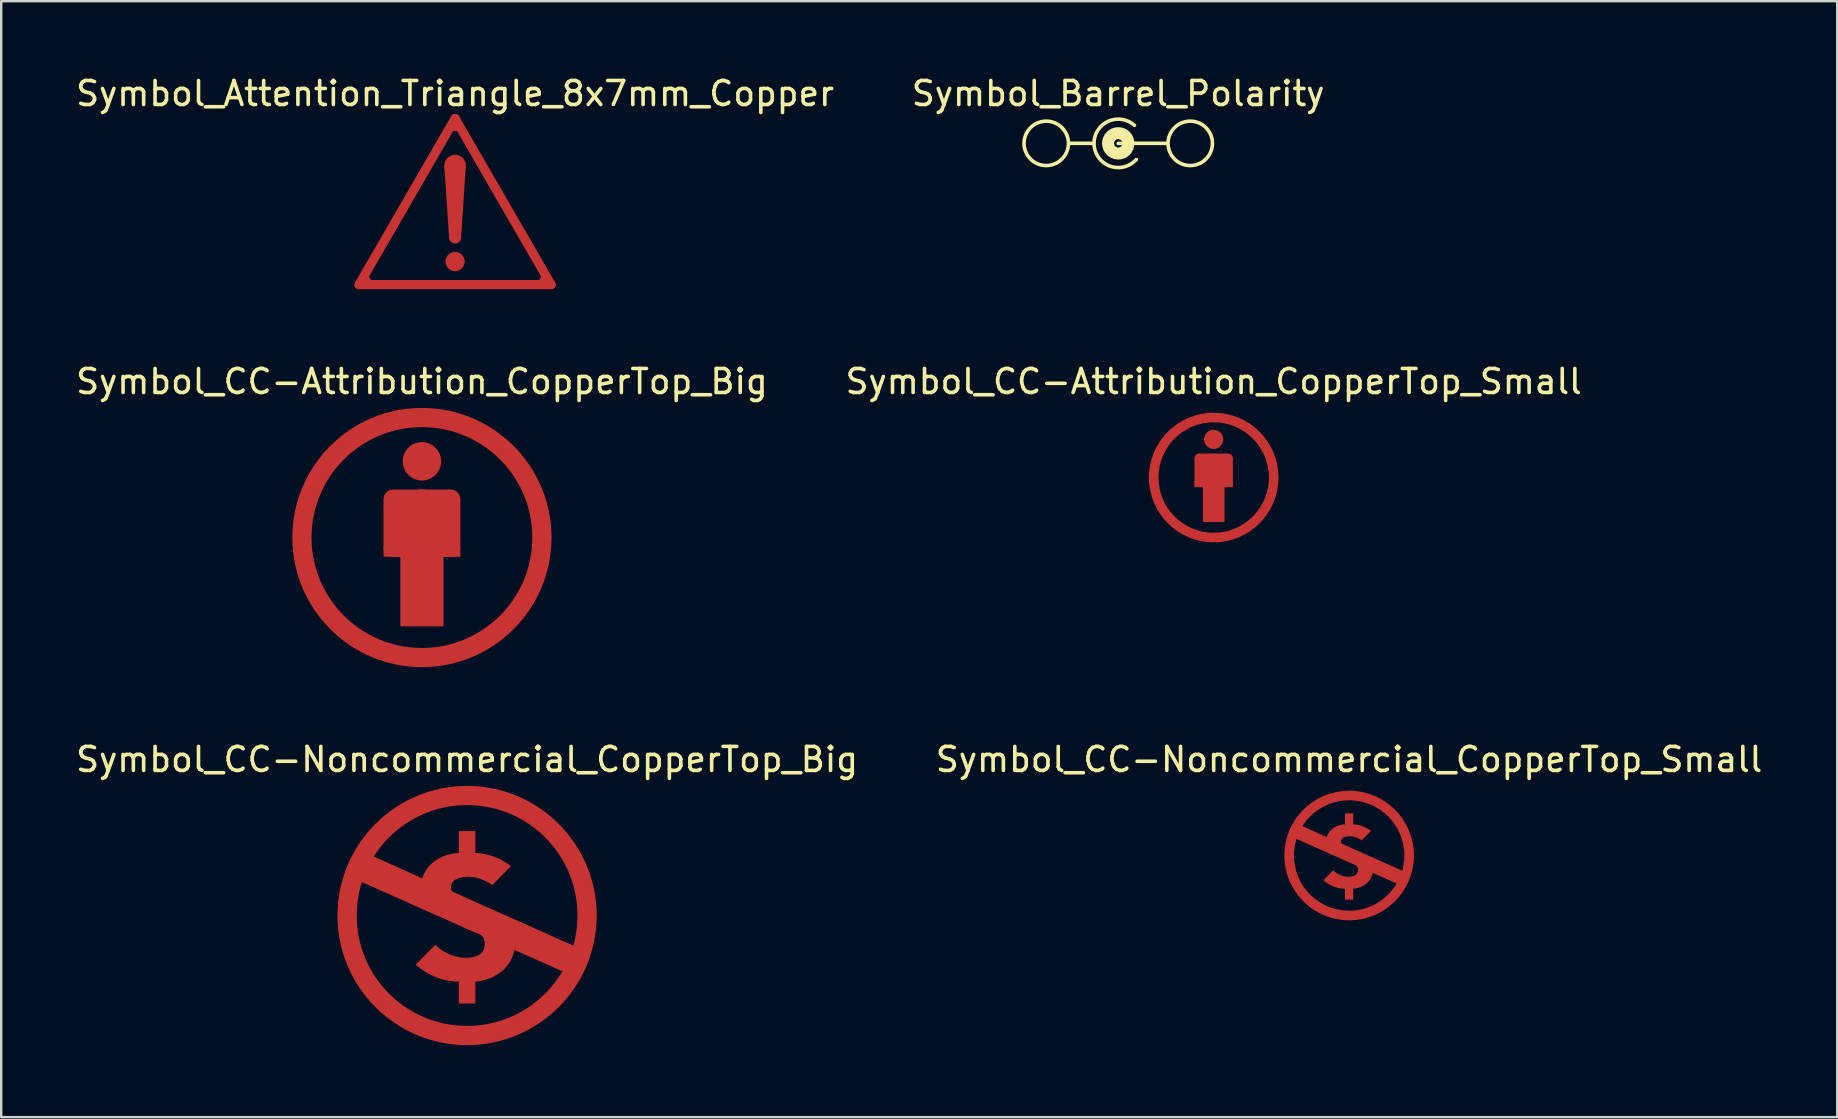
<source format=kicad_pcb>
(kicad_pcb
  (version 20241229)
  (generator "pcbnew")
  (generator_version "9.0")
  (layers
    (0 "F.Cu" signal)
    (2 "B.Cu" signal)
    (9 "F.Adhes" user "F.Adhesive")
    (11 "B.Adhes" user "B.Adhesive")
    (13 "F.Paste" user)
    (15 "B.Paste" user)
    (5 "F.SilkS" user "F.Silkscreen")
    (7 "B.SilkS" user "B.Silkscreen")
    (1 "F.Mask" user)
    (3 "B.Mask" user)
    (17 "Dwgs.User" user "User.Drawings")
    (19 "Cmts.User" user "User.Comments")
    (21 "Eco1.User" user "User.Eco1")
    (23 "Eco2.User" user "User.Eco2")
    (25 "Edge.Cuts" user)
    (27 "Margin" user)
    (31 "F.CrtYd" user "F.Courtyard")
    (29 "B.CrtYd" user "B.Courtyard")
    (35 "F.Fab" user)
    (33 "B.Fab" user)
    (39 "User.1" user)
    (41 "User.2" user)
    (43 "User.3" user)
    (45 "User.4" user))
  (footprint "Symbol_CC-Noncommercial_CopperTop_Big"
    (layer "F.Cu")
    (at 16.411 35.095)
    (property "Reference" "Symbol_CC-Noncommercial_CopperTop_Big" (at 0 -6.5 0) (layer "F.SilkS") (effects (font (size 1 1) (thickness 0.15))))
    (attr exclude_from_pos_files exclude_from_bom allow_missing_courtyard)
    (fp_circle (center 0 0) (end 5 0) (stroke (width 0.8) (type default)) (fill no) (layer "F.Cu"))
    (fp_poly (pts (xy 0.344 -2.609) (xy 0.446 -2.602) (xy 0.546 -2.591) (xy 0.645 -2.576) (xy 0.743 -2.558) (xy 0.839 -2.537) (xy 0.935 -2.511) (xy 1.029 -2.482) (xy 1.122 -2.45) (xy 1.214 -2.414) (xy 1.305 -2.374) (xy 1.395 -2.33) (xy 1.483 -2.283) (xy 1.571 -2.233) (xy 1.657 -2.178) (xy 1.742 -2.12) (xy 1.826 -2.058) (xy 1.053 -1.265) (xy 0.991 -1.307) (xy 0.929 -1.347) (xy 0.866 -1.383) (xy 0.803 -1.417) (xy 0.74 -1.449) (xy 0.677 -1.477) (xy 0.614 -1.503) (xy 0.551 -1.527) (xy 0.487 -1.547) (xy 0.423 -1.565) (xy 0.359 -1.58) (xy 0.295 -1.592) (xy 0.231 -1.602) (xy 0.167 -1.608) (xy 0.102 -1.612) (xy 0.037 -1.614) (xy 0.003 -1.613) (xy -0.031 -1.612) (xy -0.064 -1.61) (xy -0.097 -1.607) (xy -0.129 -1.603) (xy -0.161 -1.599) (xy -0.192 -1.593) (xy -0.223 -1.587) (xy -0.254 -1.58) (xy -0.284 -1.572) (xy -0.313 -1.564) (xy -0.343 -1.554) (xy -0.371 -1.544) (xy -0.399 -1.533) (xy -0.427 -1.521) (xy -0.455 -1.508) (xy -0.468 -1.501) (xy -0.481 -1.494) (xy -0.493 -1.487) (xy -0.505 -1.479) (xy -0.517 -1.471) (xy -0.528 -1.463) (xy -0.539 -1.455) (xy -0.549 -1.446) (xy -0.559 -1.437) (xy -0.569 -1.427) (xy -0.578 -1.418) (xy -0.587 -1.408) (xy -0.595 -1.398) (xy -0.603 -1.387) (xy -0.61 -1.376) (xy -0.617 -1.365) (xy -0.624 -1.354) (xy -0.63 -1.342) (xy -0.636 -1.33) (xy -0.641 -1.318) (xy -0.646 -1.305) (xy -0.65 -1.292) (xy -0.654 -1.279) (xy -0.658 -1.266) (xy -0.661 -1.252) (xy -0.664 -1.238) (xy -0.666 -1.224) (xy -0.668 -1.209) (xy -0.67 -1.194) (xy -0.671 -1.179) (xy -0.672 -1.148) (xy -0.671 -1.139) (xy -0.671 -1.13) (xy -0.67 -1.12) (xy -0.668 -1.111) (xy -0.666 -1.102) (xy -0.664 -1.093) (xy -0.662 -1.083) (xy -0.658 -1.074) (xy -0.655 -1.065) (xy -0.651 -1.056) (xy -0.647 -1.046) (xy -0.642 -1.037) (xy -0.637 -1.028) (xy -0.631 -1.019) (xy -0.625 -1.009) (xy -0.619 -1) (xy 0.133 -0.661) (xy 0.651 -0.428) (xy 1.604 -0.005) (xy 4.641 1.35) (xy 4.207 2.429) (xy 1.974 1.434) (xy 1.958 1.503) (xy 1.939 1.571) (xy 1.918 1.637) (xy 1.894 1.702) (xy 1.868 1.765) (xy 1.839 1.826) (xy 1.808 1.885) (xy 1.774 1.943) (xy 1.737 2) (xy 1.698 2.055) (xy 1.656 2.108) (xy 1.611 2.159) (xy 1.564 2.209) (xy 1.515 2.258) (xy 1.462 2.304) (xy 1.408 2.349) (xy 1.351 2.392) (xy 1.292 2.433) (xy 1.233 2.472) (xy 1.172 2.508) (xy 1.11 2.541) (xy 1.047 2.573) (xy 0.982 2.602) (xy 0.916 2.629) (xy 0.849 2.653) (xy 0.781 2.675) (xy 0.711 2.694) (xy 0.64 2.712) (xy 0.568 2.726) (xy 0.495 2.739) (xy 0.42 2.749) (xy 0.344 2.757) (xy 0.344 3.667) (xy -0.344 3.667) (xy -0.344 2.757) (xy -0.467 2.753) (xy -0.588 2.744) (xy -0.707 2.729) (xy -0.826 2.709) (xy -0.943 2.683) (xy -1.059 2.652) (xy -1.173 2.616) (xy -1.286 2.575) (xy -1.398 2.528) (xy -1.508 2.475) (xy -1.618 2.417) (xy -1.725 2.354) (xy -1.832 2.286) (xy -1.937 2.212) (xy -2.041 2.133) (xy -2.143 2.048) (xy -1.328 1.223) (xy -1.255 1.288) (xy -1.18 1.349) (xy -1.105 1.406) (xy -1.028 1.459) (xy -0.949 1.507) (xy -0.87 1.551) (xy -0.789 1.591) (xy -0.707 1.627) (xy -0.623 1.659) (xy -0.539 1.686) (xy -0.453 1.709) (xy -0.366 1.728) (xy -0.278 1.743) (xy -0.188 1.754) (xy -0.097 1.76) (xy -0.005 1.762) (xy 0.033 1.761) (xy 0.07 1.76) (xy 0.106 1.757) (xy 0.142 1.753) (xy 0.178 1.749) (xy 0.212 1.743) (xy 0.246 1.736) (xy 0.279 1.728) (xy 0.311 1.719) (xy 0.343 1.708) (xy 0.374 1.697) (xy 0.404 1.685) (xy 0.434 1.671) (xy 0.463 1.657) (xy 0.491 1.641) (xy 0.519 1.624) (xy 0.532 1.616) (xy 0.545 1.607) (xy 0.557 1.597) (xy 0.57 1.587) (xy 0.581 1.577) (xy 0.592 1.567) (xy 0.603 1.556) (xy 0.614 1.545) (xy 0.624 1.533) (xy 0.633 1.521) (xy 0.642 1.509) (xy 0.651 1.496) (xy 0.659 1.483) (xy 0.667 1.47) (xy 0.674 1.456) (xy 0.681 1.442) (xy 0.688 1.428) (xy 0.694 1.413) (xy 0.7 1.398) (xy 0.705 1.382) (xy 0.71 1.367) (xy 0.715 1.35) (xy 0.719 1.334) (xy 0.722 1.317) (xy 0.728 1.282) (xy 0.732 1.246) (xy 0.735 1.208) (xy 0.736 1.169) (xy 0.735 1.142) (xy 0.733 1.115) (xy 0.73 1.089) (xy 0.726 1.063) (xy 0.72 1.039) (xy 0.713 1.014) (xy 0.705 0.991) (xy 0.696 0.968) (xy 0.685 0.946) (xy 0.674 0.925) (xy 0.661 0.904) (xy 0.646 0.884) (xy 0.631 0.864) (xy 0.614 0.845) (xy 0.596 0.827) (xy 0.577 0.809) (xy 0.005 0.566) (xy -0.693 0.248) (xy -1.635 -0.165) (xy -4.662 -1.519) (xy -4.133 -2.566) (xy -1.868 -1.55) (xy -1.848 -1.608) (xy -1.827 -1.664) (xy -1.803 -1.719) (xy -1.777 -1.772) (xy -1.749 -1.823) (xy -1.719 -1.874) (xy -1.687 -1.922) (xy -1.653 -1.97) (xy -1.617 -2.016) (xy -1.579 -2.06) (xy -1.539 -2.103) (xy -1.497 -2.145) (xy -1.452 -2.185) (xy -1.406 -2.223) (xy -1.357 -2.261) (xy -1.307 -2.296) (xy -1.255 -2.331) (xy -1.201 -2.363) (xy -1.147 -2.393) (xy -1.092 -2.421) (xy -1.035 -2.447) (xy -0.978 -2.472) (xy -0.919 -2.494) (xy -0.86 -2.515) (xy -0.799 -2.533) (xy -0.737 -2.55) (xy -0.674 -2.564) (xy -0.61 -2.577) (xy -0.545 -2.588) (xy -0.479 -2.597) (xy -0.412 -2.604) (xy -0.344 -2.609) (xy -0.344 -3.519) (xy 0.344 -3.519)) (stroke (width 0) (type solid)) (fill yes) (layer "F.Cu")))
  (footprint "Symbol_Attention_Triangle_8x7mm_Copper"
    (layer "F.Cu")
    (at 15.911 5.348)
    (property "Reference" "Symbol_Attention_Triangle_8x7mm_Copper" (at 0 -4.5 0) (layer "F.SilkS") (effects (font (size 1 1) (thickness 0.15))))
    (attr exclude_from_pos_files exclude_from_bom allow_missing_courtyard)
    (fp_line (start -4 3.46) (end 0 -3.46) (stroke (width 0.381) (type solid)) (layer "F.Cu"))
    (fp_line (start -3.51 3.44) (end -3.776 3.031) (stroke (width 0.2) (type default)) (layer "F.Cu"))
    (fp_line (start -0.15 -3.04) (end 0.16 -3.04) (stroke (width 0.2) (type default)) (layer "F.Cu"))
    (fp_line (start 0 -3.46) (end 4 3.46) (stroke (width 0.381) (type solid)) (layer "F.Cu"))
    (fp_line (start 3.51 3.44) (end 3.776 3.031) (stroke (width 0.2) (type default)) (layer "F.Cu"))
    (fp_line (start 4 3.46) (end -4 3.46) (stroke (width 0.381) (type solid)) (layer "F.Cu"))
    (fp_circle (center 0 -1.5) (end 0.45 -1.5) (stroke (width 0) (type solid)) (fill yes) (layer "F.Cu"))
    (fp_circle (center 0 1.5) (end 0.25 1.5) (stroke (width 0) (type solid)) (fill yes) (layer "F.Cu"))
    (fp_circle (center 0 2.5) (end 0.4 2.5) (stroke (width 0) (type solid)) (fill yes) (layer "F.Cu"))
    (fp_poly (pts (xy -0.25 1.5) (xy 0.25 1.5) (xy 0.45 -1.5) (xy -0.45 -1.5)) (stroke (width 0) (type solid)) (fill yes) (layer "F.Cu")))
  (footprint "Symbol_CC-Attribution_CopperTop_Small"
    (layer "F.Cu")
    (at 47.518 16.847)
    (property "Reference" "Symbol_CC-Attribution_CopperTop_Small" (at 0 -4 0) (layer "F.SilkS") (effects (font (size 1 1) (thickness 0.15))))
    (attr exclude_from_pos_files exclude_from_bom allow_missing_courtyard)
    (fp_rect (start -0.8 0.2) (end 0.8 0.4) (stroke (width 0) (type solid)) (fill yes) (layer "F.Cu"))
    (fp_rect (start -0.6 -0.8) (end 0.6 0.2) (stroke (width 0.4) (type solid)) (fill yes) (layer "F.Cu"))
    (fp_rect (start -0.45 0) (end 0.45 1.85) (stroke (width 0) (type solid)) (fill yes) (layer "F.Cu"))
    (fp_circle (center 0 -1.59) (end 0.3 -1.59) (stroke (width 0.2) (type solid)) (fill yes) (layer "F.Cu"))
    (fp_circle (center 0.001 0) (end 2.501 0) (stroke (width 0.4) (type default)) (fill no) (layer "F.Cu")))
  (footprint "Symbol_Barrel_Polarity"
    (layer "F.Cu")
    (at 43.542 2.848)
    (property "Reference" "Symbol_Barrel_Polarity" (at 0 -2 0) (layer "F.SilkS") (effects (font (size 1 1) (thickness 0.15))))
    (attr exclude_from_pos_files exclude_from_bom allow_missing_courtyard)
    (fp_line (start -2 0.075) (end -1.1 0.075) (stroke (width 0.15) (type solid)) (layer "F.SilkS"))
    (fp_line (start 0 0.075) (end 2 0.075) (stroke (width 0.15) (type solid)) (layer "F.SilkS"))
    (fp_arc (start 0.75 0.75) (mid -1.007627 0.128033) (end 0.675 -0.675) (stroke (width 0.15) (type solid)) (layer "F.SilkS"))
    (fp_circle (center -3 0.075) (end -3 1) (stroke (width 0.15) (type solid)) (fill no) (layer "F.SilkS"))
    (fp_circle (center 0 0.075) (end 0 0.25) (stroke (width 0.5) (type solid)) (fill no) (layer "F.SilkS"))
    (fp_circle (center 3 0.075) (end 3 1) (stroke (width 0.15) (type solid)) (fill no) (layer "F.SilkS")))
  (footprint "Symbol_CC-Attribution_CopperTop_Big"
    (layer "F.Cu")
    (at 14.53 19.347)
    (property "Reference" "Symbol_CC-Attribution_CopperTop_Big" (at 0 -6.5 0) (layer "F.SilkS") (effects (font (size 1 1) (thickness 0.15))))
    (attr exclude_from_pos_files exclude_from_bom allow_missing_courtyard)
    (fp_rect (start -1.6 0.4) (end 1.6 0.8) (stroke (width 0) (type solid)) (fill yes) (layer "F.Cu"))
    (fp_rect (start -1.2 -1.6) (end 1.2 0.4) (stroke (width 0.8) (type solid)) (fill yes) (layer "F.Cu"))
    (fp_rect (start -0.9 0) (end 0.9 3.7) (stroke (width 0) (type solid)) (fill yes) (layer "F.Cu"))
    (fp_circle (center 0 -3.175) (end 0.7 -3.175) (stroke (width 0.2) (type solid)) (fill yes) (layer "F.Cu"))
    (fp_circle (center 0 -1.59) (end 0.322 -1.59) (stroke (width 0.2) (type solid)) (fill yes) (layer "F.Cu"))
    (fp_circle (center 0 0) (end 5 0) (stroke (width 0.8) (type default)) (fill no) (layer "F.Cu")))
  (footprint "Symbol_CC-Noncommercial_CopperTop_Small"
    (layer "F.Cu")
    (at 53.161 32.595)
    (property "Reference" "Symbol_CC-Noncommercial_CopperTop_Small" (at 0 -4 0) (layer "F.SilkS") (effects (font (size 1 1) (thickness 0.15))))
    (attr exclude_from_pos_files exclude_from_bom allow_missing_courtyard)
    (fp_circle (center 0.001 0) (end 2.501 0) (stroke (width 0.4) (type default)) (fill no) (layer "F.Cu"))
    (fp_poly (pts (xy 0.172 -1.299) (xy 0.222 -1.296) (xy 0.272 -1.29) (xy 0.322 -1.283) (xy 0.371 -1.274) (xy 0.419 -1.263) (xy 0.467 -1.25) (xy 0.514 -1.236) (xy 0.561 -1.22) (xy 0.607 -1.202) (xy 0.652 -1.182) (xy 0.697 -1.16) (xy 0.741 -1.136) (xy 0.785 -1.111) (xy 0.828 -1.084) (xy 0.871 -1.055) (xy 0.912 -1.024) (xy 0.526 -0.627) (xy 0.495 -0.648) (xy 0.464 -0.668) (xy 0.432 -0.686) (xy 0.401 -0.703) (xy 0.37 -0.719) (xy 0.338 -0.733) (xy 0.306 -0.746) (xy 0.275 -0.758) (xy 0.243 -0.768) (xy 0.211 -0.777) (xy 0.179 -0.785) (xy 0.147 -0.791) (xy 0.115 -0.795) (xy 0.083 -0.799) (xy 0.051 -0.801) (xy 0.018 -0.802) (xy 0.001 -0.801) (xy -0.016 -0.801) (xy -0.032 -0.8) (xy -0.049 -0.798) (xy -0.065 -0.796) (xy -0.081 -0.794) (xy -0.097 -0.791) (xy -0.112 -0.788) (xy -0.127 -0.785) (xy -0.142 -0.781) (xy -0.157 -0.777) (xy -0.172 -0.772) (xy -0.186 -0.767) (xy -0.2 -0.761) (xy -0.214 -0.755) (xy -0.228 -0.749) (xy -0.235 -0.745) (xy -0.241 -0.742) (xy -0.247 -0.738) (xy -0.253 -0.734) (xy -0.259 -0.73) (xy -0.265 -0.726) (xy -0.27 -0.722) (xy -0.275 -0.718) (xy -0.28 -0.713) (xy -0.285 -0.708) (xy -0.29 -0.704) (xy -0.294 -0.699) (xy -0.298 -0.694) (xy -0.302 -0.688) (xy -0.306 -0.683) (xy -0.309 -0.677) (xy -0.313 -0.672) (xy -0.316 -0.666) (xy -0.318 -0.66) (xy -0.321 -0.654) (xy -0.324 -0.647) (xy -0.326 -0.641) (xy -0.328 -0.634) (xy -0.33 -0.628) (xy -0.331 -0.621) (xy -0.333 -0.614) (xy -0.334 -0.607) (xy -0.335 -0.599) (xy -0.335 -0.592) (xy -0.336 -0.584) (xy -0.336 -0.569) (xy -0.336 -0.564) (xy -0.336 -0.56) (xy -0.335 -0.555) (xy -0.335 -0.55) (xy -0.334 -0.546) (xy -0.333 -0.541) (xy -0.331 -0.536) (xy -0.33 -0.532) (xy -0.328 -0.527) (xy -0.326 -0.523) (xy -0.324 -0.518) (xy -0.322 -0.513) (xy -0.319 -0.509) (xy -0.316 -0.504) (xy -0.313 -0.499) (xy -0.31 -0.495) (xy 0.066 -0.325) (xy 0.325 -0.209) (xy 0.801 0.003) (xy 2.32 0.68) (xy 2.103 1.22) (xy 0.986 0.722) (xy 0.978 0.757) (xy 0.969 0.791) (xy 0.959 0.824) (xy 0.947 0.856) (xy 0.934 0.888) (xy 0.919 0.918) (xy 0.903 0.948) (xy 0.886 0.977) (xy 0.868 1.005) (xy 0.848 1.033) (xy 0.827 1.059) (xy 0.805 1.085) (xy 0.782 1.11) (xy 0.757 1.134) (xy 0.731 1.157) (xy 0.703 1.18) (xy 0.675 1.201) (xy 0.646 1.222) (xy 0.616 1.241) (xy 0.586 1.259) (xy 0.554 1.276) (xy 0.523 1.292) (xy 0.491 1.306) (xy 0.458 1.32) (xy 0.424 1.332) (xy 0.39 1.343) (xy 0.355 1.352) (xy 0.32 1.361) (xy 0.283 1.368) (xy 0.247 1.375) (xy 0.209 1.38) (xy 0.171 1.384) (xy 0.171 1.839) (xy -0.173 1.839) (xy -0.173 1.384) (xy -0.234 1.382) (xy -0.294 1.377) (xy -0.354 1.37) (xy -0.413 1.36) (xy -0.472 1.347) (xy -0.53 1.331) (xy -0.587 1.313) (xy -0.644 1.293) (xy -0.7 1.269) (xy -0.755 1.243) (xy -0.809 1.214) (xy -0.863 1.182) (xy -0.916 1.148) (xy -0.969 1.111) (xy -1.021 1.072) (xy -1.072 1.029) (xy -0.665 0.617) (xy -0.628 0.649) (xy -0.591 0.68) (xy -0.553 0.708) (xy -0.514 0.735) (xy -0.475 0.759) (xy -0.435 0.781) (xy -0.395 0.801) (xy -0.354 0.819) (xy -0.312 0.835) (xy -0.27 0.848) (xy -0.227 0.86) (xy -0.184 0.869) (xy -0.139 0.877) (xy -0.095 0.882) (xy -0.049 0.885) (xy -0.003 0.886) (xy 0.016 0.886) (xy 0.034 0.885) (xy 0.053 0.884) (xy 0.071 0.882) (xy 0.088 0.88) (xy 0.105 0.877) (xy 0.122 0.873) (xy 0.139 0.869) (xy 0.155 0.865) (xy 0.171 0.859) (xy 0.187 0.854) (xy 0.202 0.848) (xy 0.216 0.841) (xy 0.231 0.834) (xy 0.245 0.826) (xy 0.259 0.817) (xy 0.265 0.813) (xy 0.272 0.809) (xy 0.278 0.804) (xy 0.284 0.799) (xy 0.29 0.794) (xy 0.296 0.789) (xy 0.301 0.783) (xy 0.306 0.778) (xy 0.311 0.772) (xy 0.316 0.766) (xy 0.321 0.76) (xy 0.325 0.753) (xy 0.329 0.747) (xy 0.333 0.74) (xy 0.337 0.733) (xy 0.34 0.726) (xy 0.343 0.719) (xy 0.347 0.712) (xy 0.349 0.704) (xy 0.352 0.696) (xy 0.354 0.689) (xy 0.357 0.68) (xy 0.359 0.672) (xy 0.361 0.664) (xy 0.364 0.646) (xy 0.366 0.628) (xy 0.367 0.609) (xy 0.367 0.59) (xy 0.367 0.576) (xy 0.366 0.563) (xy 0.365 0.55) (xy 0.362 0.537) (xy 0.36 0.525) (xy 0.356 0.512) (xy 0.352 0.501) (xy 0.347 0.489) (xy 0.342 0.478) (xy 0.336 0.468) (xy 0.33 0.457) (xy 0.323 0.447) (xy 0.315 0.437) (xy 0.306 0.428) (xy 0.297 0.419) (xy 0.288 0.41) (xy 0.002 0.288) (xy -0.347 0.129) (xy -0.818 -0.077) (xy -2.331 -0.754) (xy -2.067 -1.278) (xy -0.934 -0.77) (xy -0.925 -0.799) (xy -0.914 -0.827) (xy -0.902 -0.854) (xy -0.889 -0.881) (xy -0.875 -0.906) (xy -0.86 -0.932) (xy -0.844 -0.956) (xy -0.827 -0.98) (xy -0.809 -1.003) (xy -0.79 -1.025) (xy -0.77 -1.046) (xy -0.749 -1.067) (xy -0.727 -1.087) (xy -0.703 -1.106) (xy -0.679 -1.125) (xy -0.654 -1.143) (xy -0.628 -1.16) (xy -0.601 -1.176) (xy -0.574 -1.191) (xy -0.546 -1.205) (xy -0.518 -1.218) (xy -0.49 -1.231) (xy -0.46 -1.242) (xy -0.43 -1.252) (xy -0.4 -1.261) (xy -0.369 -1.27) (xy -0.338 -1.277) (xy -0.306 -1.283) (xy -0.273 -1.289) (xy -0.24 -1.293) (xy -0.207 -1.297) (xy -0.172 -1.299) (xy -0.172 -1.754) (xy 0.172 -1.754)) (stroke (width 0) (type solid)) (fill yes) (layer "F.Cu")))
  (gr_rect
    (start -3 -3)
    (end 73.5 43.495)
    (stroke (width 0.1) (type default))
    (fill no)
    (layer "Edge.Cuts")))
</source>
